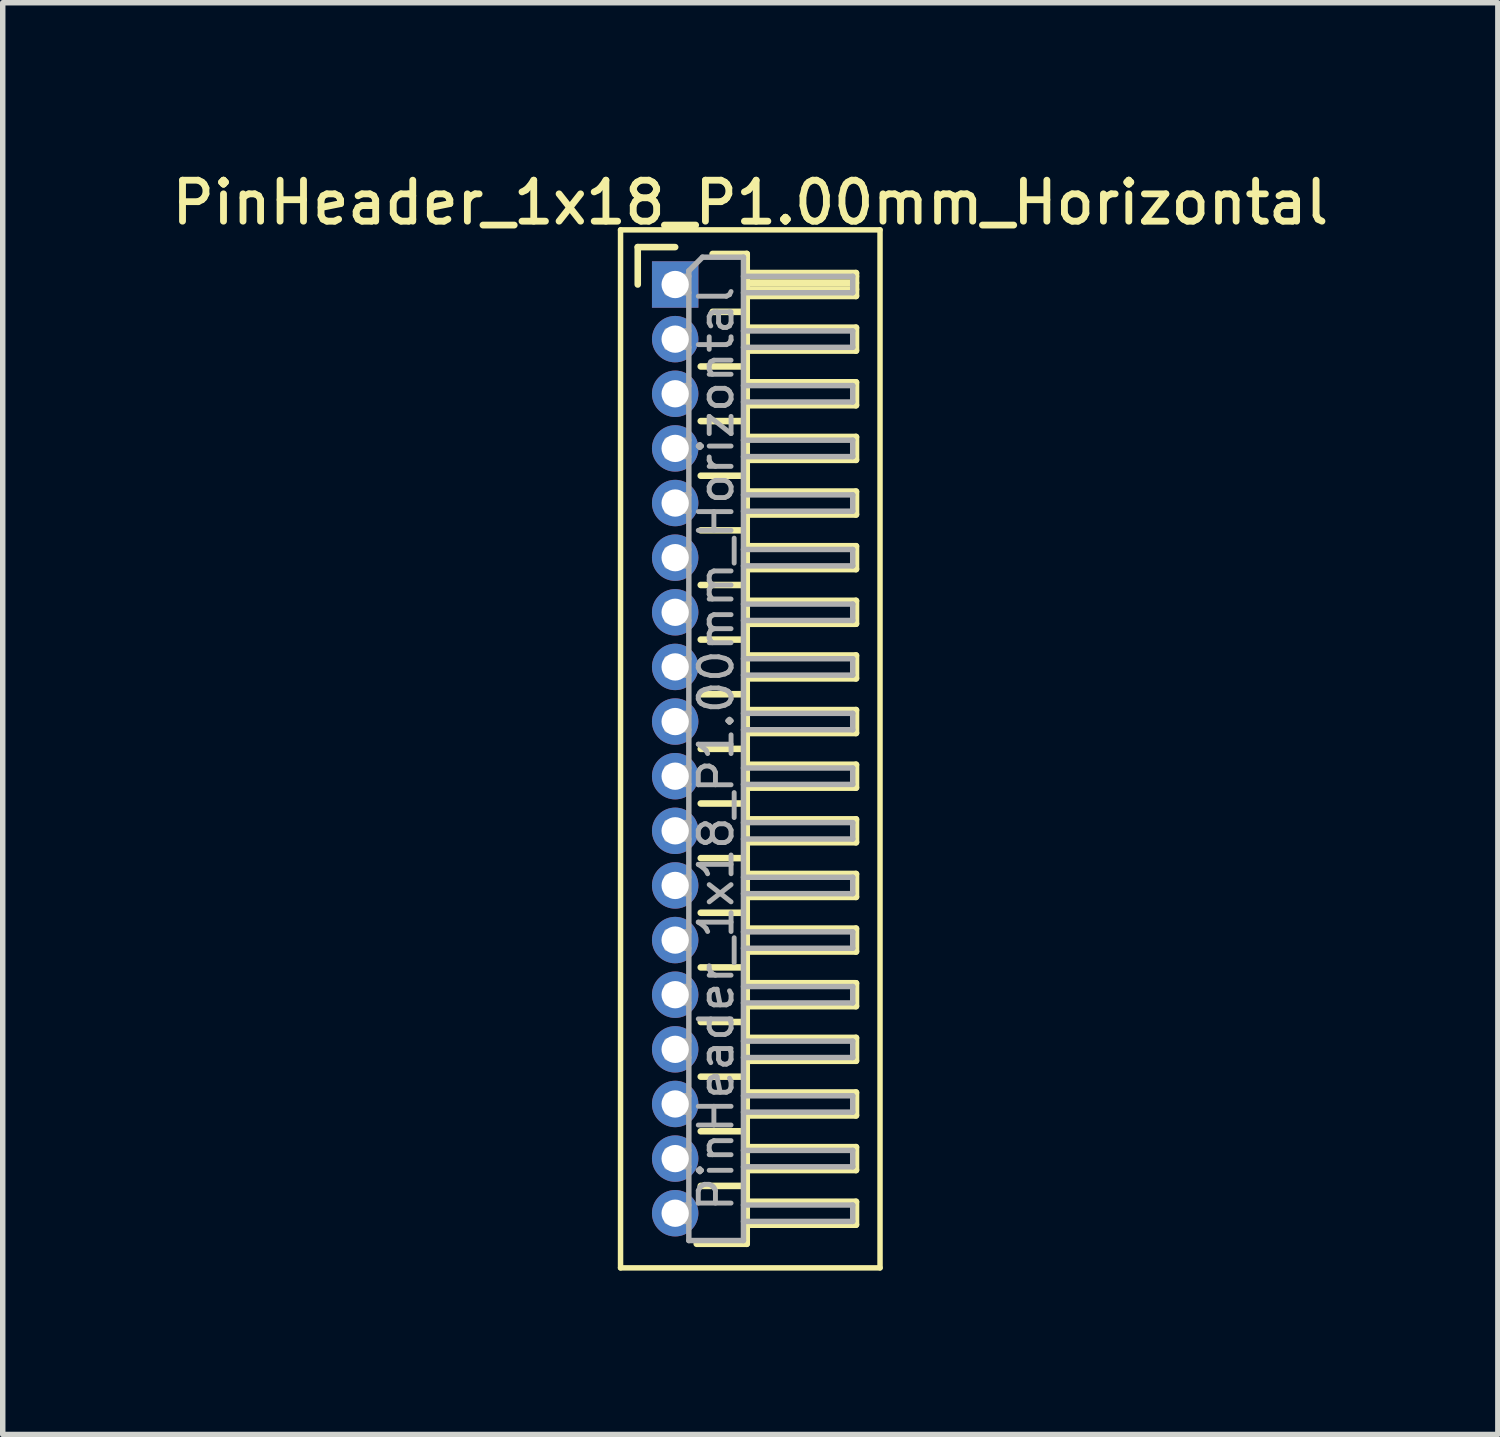
<source format=kicad_pcb>
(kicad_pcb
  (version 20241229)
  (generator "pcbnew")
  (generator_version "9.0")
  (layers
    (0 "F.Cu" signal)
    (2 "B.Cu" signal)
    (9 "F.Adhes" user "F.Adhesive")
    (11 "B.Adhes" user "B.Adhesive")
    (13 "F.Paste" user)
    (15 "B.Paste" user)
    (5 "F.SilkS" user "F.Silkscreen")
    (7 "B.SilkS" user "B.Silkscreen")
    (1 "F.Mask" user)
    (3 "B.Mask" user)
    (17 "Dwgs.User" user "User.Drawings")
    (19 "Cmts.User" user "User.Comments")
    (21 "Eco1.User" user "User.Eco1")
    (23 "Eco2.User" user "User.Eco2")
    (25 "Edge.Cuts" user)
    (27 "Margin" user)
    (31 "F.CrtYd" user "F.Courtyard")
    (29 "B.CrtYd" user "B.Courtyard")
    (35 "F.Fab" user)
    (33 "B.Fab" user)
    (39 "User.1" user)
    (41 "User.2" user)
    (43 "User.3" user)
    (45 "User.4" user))
  (footprint "PinHeader_1x18_P1.00mm_Horizontal"
    (layer "F.Cu")
    (at 9.309 2.158)
    (property "Reference" "PinHeader_1x18_P1.00mm_Horizontal" (at 1.375 -1.5 0) (layer "F.SilkS") (effects (font (size 0.75 0.75) (thickness 0.125))))
    (attr through_hole)
    (fp_line (start -1 -1) (end -1 18) (stroke (width 0.1) (type solid)) (layer "F.SilkS"))
    (fp_line (start -1 18) (end 3.75 18) (stroke (width 0.1) (type solid)) (layer "F.SilkS"))
    (fp_line (start -0.685 -0.685) (end 0 -0.685) (stroke (width 0.12) (type solid)) (layer "F.SilkS"))
    (fp_line (start -0.685 0) (end -0.685 -0.685) (stroke (width 0.12) (type solid)) (layer "F.SilkS"))
    (fp_line (start 0.468 1.5) (end 1.31 1.5) (stroke (width 0.12) (type solid)) (layer "F.SilkS"))
    (fp_line (start 0.468 2.5) (end 1.31 2.5) (stroke (width 0.12) (type solid)) (layer "F.SilkS"))
    (fp_line (start 0.468 3.5) (end 1.31 3.5) (stroke (width 0.12) (type solid)) (layer "F.SilkS"))
    (fp_line (start 0.468 4.5) (end 1.31 4.5) (stroke (width 0.12) (type solid)) (layer "F.SilkS"))
    (fp_line (start 0.468 5.5) (end 1.31 5.5) (stroke (width 0.12) (type solid)) (layer "F.SilkS"))
    (fp_line (start 0.468 6.5) (end 1.31 6.5) (stroke (width 0.12) (type solid)) (layer "F.SilkS"))
    (fp_line (start 0.468 7.5) (end 1.31 7.5) (stroke (width 0.12) (type solid)) (layer "F.SilkS"))
    (fp_line (start 0.468 8.5) (end 1.31 8.5) (stroke (width 0.12) (type solid)) (layer "F.SilkS"))
    (fp_line (start 0.468 9.5) (end 1.31 9.5) (stroke (width 0.12) (type solid)) (layer "F.SilkS"))
    (fp_line (start 0.468 10.5) (end 1.31 10.5) (stroke (width 0.12) (type solid)) (layer "F.SilkS"))
    (fp_line (start 0.468 11.5) (end 1.31 11.5) (stroke (width 0.12) (type solid)) (layer "F.SilkS"))
    (fp_line (start 0.468 12.5) (end 1.31 12.5) (stroke (width 0.12) (type solid)) (layer "F.SilkS"))
    (fp_line (start 0.468 13.5) (end 1.31 13.5) (stroke (width 0.12) (type solid)) (layer "F.SilkS"))
    (fp_line (start 0.468 14.5) (end 1.31 14.5) (stroke (width 0.12) (type solid)) (layer "F.SilkS"))
    (fp_line (start 0.468 15.5) (end 1.31 15.5) (stroke (width 0.12) (type solid)) (layer "F.SilkS"))
    (fp_line (start 0.468 16.5) (end 1.31 16.5) (stroke (width 0.12) (type solid)) (layer "F.SilkS"))
    (fp_line (start 0.685 -0.56) (end 1.31 -0.56) (stroke (width 0.12) (type solid)) (layer "F.SilkS"))
    (fp_line (start 0.685 0.5) (end 1.31 0.5) (stroke (width 0.12) (type solid)) (layer "F.SilkS"))
    (fp_line (start 1.31 -0.56) (end 1.31 17.56) (stroke (width 0.12) (type solid)) (layer "F.SilkS"))
    (fp_line (start 1.31 -0.21) (end 3.31 -0.21) (stroke (width 0.12) (type solid)) (layer "F.SilkS"))
    (fp_line (start 1.31 -0.15) (end 3.31 -0.15) (stroke (width 0.12) (type solid)) (layer "F.SilkS"))
    (fp_line (start 1.31 -0.03) (end 3.31 -0.03) (stroke (width 0.12) (type solid)) (layer "F.SilkS"))
    (fp_line (start 1.31 0.09) (end 3.31 0.09) (stroke (width 0.12) (type solid)) (layer "F.SilkS"))
    (fp_line (start 1.31 0.79) (end 3.31 0.79) (stroke (width 0.12) (type solid)) (layer "F.SilkS"))
    (fp_line (start 1.31 1.79) (end 3.31 1.79) (stroke (width 0.12) (type solid)) (layer "F.SilkS"))
    (fp_line (start 1.31 2.79) (end 3.31 2.79) (stroke (width 0.12) (type solid)) (layer "F.SilkS"))
    (fp_line (start 1.31 3.79) (end 3.31 3.79) (stroke (width 0.12) (type solid)) (layer "F.SilkS"))
    (fp_line (start 1.31 4.79) (end 3.31 4.79) (stroke (width 0.12) (type solid)) (layer "F.SilkS"))
    (fp_line (start 1.31 5.79) (end 3.31 5.79) (stroke (width 0.12) (type solid)) (layer "F.SilkS"))
    (fp_line (start 1.31 6.79) (end 3.31 6.79) (stroke (width 0.12) (type solid)) (layer "F.SilkS"))
    (fp_line (start 1.31 7.79) (end 3.31 7.79) (stroke (width 0.12) (type solid)) (layer "F.SilkS"))
    (fp_line (start 1.31 8.79) (end 3.31 8.79) (stroke (width 0.12) (type solid)) (layer "F.SilkS"))
    (fp_line (start 1.31 9.79) (end 3.31 9.79) (stroke (width 0.12) (type solid)) (layer "F.SilkS"))
    (fp_line (start 1.31 10.79) (end 3.31 10.79) (stroke (width 0.12) (type solid)) (layer "F.SilkS"))
    (fp_line (start 1.31 11.79) (end 3.31 11.79) (stroke (width 0.12) (type solid)) (layer "F.SilkS"))
    (fp_line (start 1.31 12.79) (end 3.31 12.79) (stroke (width 0.12) (type solid)) (layer "F.SilkS"))
    (fp_line (start 1.31 13.79) (end 3.31 13.79) (stroke (width 0.12) (type solid)) (layer "F.SilkS"))
    (fp_line (start 1.31 14.79) (end 3.31 14.79) (stroke (width 0.12) (type solid)) (layer "F.SilkS"))
    (fp_line (start 1.31 15.79) (end 3.31 15.79) (stroke (width 0.12) (type solid)) (layer "F.SilkS"))
    (fp_line (start 1.31 16.79) (end 3.31 16.79) (stroke (width 0.12) (type solid)) (layer "F.SilkS"))
    (fp_line (start 1.31 17.56) (end 0.394 17.56) (stroke (width 0.12) (type solid)) (layer "F.SilkS"))
    (fp_line (start 3.31 -0.21) (end 3.31 0.21) (stroke (width 0.12) (type solid)) (layer "F.SilkS"))
    (fp_line (start 3.31 0.21) (end 1.31 0.21) (stroke (width 0.12) (type solid)) (layer "F.SilkS"))
    (fp_line (start 3.31 0.79) (end 3.31 1.21) (stroke (width 0.12) (type solid)) (layer "F.SilkS"))
    (fp_line (start 3.31 1.21) (end 1.31 1.21) (stroke (width 0.12) (type solid)) (layer "F.SilkS"))
    (fp_line (start 3.31 1.79) (end 3.31 2.21) (stroke (width 0.12) (type solid)) (layer "F.SilkS"))
    (fp_line (start 3.31 2.21) (end 1.31 2.21) (stroke (width 0.12) (type solid)) (layer "F.SilkS"))
    (fp_line (start 3.31 2.79) (end 3.31 3.21) (stroke (width 0.12) (type solid)) (layer "F.SilkS"))
    (fp_line (start 3.31 3.21) (end 1.31 3.21) (stroke (width 0.12) (type solid)) (layer "F.SilkS"))
    (fp_line (start 3.31 3.79) (end 3.31 4.21) (stroke (width 0.12) (type solid)) (layer "F.SilkS"))
    (fp_line (start 3.31 4.21) (end 1.31 4.21) (stroke (width 0.12) (type solid)) (layer "F.SilkS"))
    (fp_line (start 3.31 4.79) (end 3.31 5.21) (stroke (width 0.12) (type solid)) (layer "F.SilkS"))
    (fp_line (start 3.31 5.21) (end 1.31 5.21) (stroke (width 0.12) (type solid)) (layer "F.SilkS"))
    (fp_line (start 3.31 5.79) (end 3.31 6.21) (stroke (width 0.12) (type solid)) (layer "F.SilkS"))
    (fp_line (start 3.31 6.21) (end 1.31 6.21) (stroke (width 0.12) (type solid)) (layer "F.SilkS"))
    (fp_line (start 3.31 6.79) (end 3.31 7.21) (stroke (width 0.12) (type solid)) (layer "F.SilkS"))
    (fp_line (start 3.31 7.21) (end 1.31 7.21) (stroke (width 0.12) (type solid)) (layer "F.SilkS"))
    (fp_line (start 3.31 7.79) (end 3.31 8.21) (stroke (width 0.12) (type solid)) (layer "F.SilkS"))
    (fp_line (start 3.31 8.21) (end 1.31 8.21) (stroke (width 0.12) (type solid)) (layer "F.SilkS"))
    (fp_line (start 3.31 8.79) (end 3.31 9.21) (stroke (width 0.12) (type solid)) (layer "F.SilkS"))
    (fp_line (start 3.31 9.21) (end 1.31 9.21) (stroke (width 0.12) (type solid)) (layer "F.SilkS"))
    (fp_line (start 3.31 9.79) (end 3.31 10.21) (stroke (width 0.12) (type solid)) (layer "F.SilkS"))
    (fp_line (start 3.31 10.21) (end 1.31 10.21) (stroke (width 0.12) (type solid)) (layer "F.SilkS"))
    (fp_line (start 3.31 10.79) (end 3.31 11.21) (stroke (width 0.12) (type solid)) (layer "F.SilkS"))
    (fp_line (start 3.31 11.21) (end 1.31 11.21) (stroke (width 0.12) (type solid)) (layer "F.SilkS"))
    (fp_line (start 3.31 11.79) (end 3.31 12.21) (stroke (width 0.12) (type solid)) (layer "F.SilkS"))
    (fp_line (start 3.31 12.21) (end 1.31 12.21) (stroke (width 0.12) (type solid)) (layer "F.SilkS"))
    (fp_line (start 3.31 12.79) (end 3.31 13.21) (stroke (width 0.12) (type solid)) (layer "F.SilkS"))
    (fp_line (start 3.31 13.21) (end 1.31 13.21) (stroke (width 0.12) (type solid)) (layer "F.SilkS"))
    (fp_line (start 3.31 13.79) (end 3.31 14.21) (stroke (width 0.12) (type solid)) (layer "F.SilkS"))
    (fp_line (start 3.31 14.21) (end 1.31 14.21) (stroke (width 0.12) (type solid)) (layer "F.SilkS"))
    (fp_line (start 3.31 14.79) (end 3.31 15.21) (stroke (width 0.12) (type solid)) (layer "F.SilkS"))
    (fp_line (start 3.31 15.21) (end 1.31 15.21) (stroke (width 0.12) (type solid)) (layer "F.SilkS"))
    (fp_line (start 3.31 15.79) (end 3.31 16.21) (stroke (width 0.12) (type solid)) (layer "F.SilkS"))
    (fp_line (start 3.31 16.21) (end 1.31 16.21) (stroke (width 0.12) (type solid)) (layer "F.SilkS"))
    (fp_line (start 3.31 16.79) (end 3.31 17.21) (stroke (width 0.12) (type solid)) (layer "F.SilkS"))
    (fp_line (start 3.31 17.21) (end 1.31 17.21) (stroke (width 0.12) (type solid)) (layer "F.SilkS"))
    (fp_line (start 3.75 -1) (end -1 -1) (stroke (width 0.1) (type solid)) (layer "F.SilkS"))
    (fp_line (start 3.75 18) (end 3.75 -1) (stroke (width 0.1) (type solid)) (layer "F.SilkS"))
    (fp_line (start -0.15 -0.15) (end -0.15 0.15) (stroke (width 0.1) (type solid)) (layer "F.Fab"))
    (fp_line (start -0.15 -0.15) (end 0.25 -0.15) (stroke (width 0.1) (type solid)) (layer "F.Fab"))
    (fp_line (start -0.15 0.15) (end 0.25 0.15) (stroke (width 0.1) (type solid)) (layer "F.Fab"))
    (fp_line (start -0.15 0.85) (end -0.15 1.15) (stroke (width 0.1) (type solid)) (layer "F.Fab"))
    (fp_line (start -0.15 0.85) (end 0.25 0.85) (stroke (width 0.1) (type solid)) (layer "F.Fab"))
    (fp_line (start -0.15 1.15) (end 0.25 1.15) (stroke (width 0.1) (type solid)) (layer "F.Fab"))
    (fp_line (start -0.15 1.85) (end -0.15 2.15) (stroke (width 0.1) (type solid)) (layer "F.Fab"))
    (fp_line (start -0.15 1.85) (end 0.25 1.85) (stroke (width 0.1) (type solid)) (layer "F.Fab"))
    (fp_line (start -0.15 2.15) (end 0.25 2.15) (stroke (width 0.1) (type solid)) (layer "F.Fab"))
    (fp_line (start -0.15 2.85) (end -0.15 3.15) (stroke (width 0.1) (type solid)) (layer "F.Fab"))
    (fp_line (start -0.15 2.85) (end 0.25 2.85) (stroke (width 0.1) (type solid)) (layer "F.Fab"))
    (fp_line (start -0.15 3.15) (end 0.25 3.15) (stroke (width 0.1) (type solid)) (layer "F.Fab"))
    (fp_line (start -0.15 3.85) (end -0.15 4.15) (stroke (width 0.1) (type solid)) (layer "F.Fab"))
    (fp_line (start -0.15 3.85) (end 0.25 3.85) (stroke (width 0.1) (type solid)) (layer "F.Fab"))
    (fp_line (start -0.15 4.15) (end 0.25 4.15) (stroke (width 0.1) (type solid)) (layer "F.Fab"))
    (fp_line (start -0.15 4.85) (end -0.15 5.15) (stroke (width 0.1) (type solid)) (layer "F.Fab"))
    (fp_line (start -0.15 4.85) (end 0.25 4.85) (stroke (width 0.1) (type solid)) (layer "F.Fab"))
    (fp_line (start -0.15 5.15) (end 0.25 5.15) (stroke (width 0.1) (type solid)) (layer "F.Fab"))
    (fp_line (start -0.15 5.85) (end -0.15 6.15) (stroke (width 0.1) (type solid)) (layer "F.Fab"))
    (fp_line (start -0.15 5.85) (end 0.25 5.85) (stroke (width 0.1) (type solid)) (layer "F.Fab"))
    (fp_line (start -0.15 6.15) (end 0.25 6.15) (stroke (width 0.1) (type solid)) (layer "F.Fab"))
    (fp_line (start -0.15 6.85) (end -0.15 7.15) (stroke (width 0.1) (type solid)) (layer "F.Fab"))
    (fp_line (start -0.15 6.85) (end 0.25 6.85) (stroke (width 0.1) (type solid)) (layer "F.Fab"))
    (fp_line (start -0.15 7.15) (end 0.25 7.15) (stroke (width 0.1) (type solid)) (layer "F.Fab"))
    (fp_line (start -0.15 7.85) (end -0.15 8.15) (stroke (width 0.1) (type solid)) (layer "F.Fab"))
    (fp_line (start -0.15 7.85) (end 0.25 7.85) (stroke (width 0.1) (type solid)) (layer "F.Fab"))
    (fp_line (start -0.15 8.15) (end 0.25 8.15) (stroke (width 0.1) (type solid)) (layer "F.Fab"))
    (fp_line (start -0.15 8.85) (end -0.15 9.15) (stroke (width 0.1) (type solid)) (layer "F.Fab"))
    (fp_line (start -0.15 8.85) (end 0.25 8.85) (stroke (width 0.1) (type solid)) (layer "F.Fab"))
    (fp_line (start -0.15 9.15) (end 0.25 9.15) (stroke (width 0.1) (type solid)) (layer "F.Fab"))
    (fp_line (start -0.15 9.85) (end -0.15 10.15) (stroke (width 0.1) (type solid)) (layer "F.Fab"))
    (fp_line (start -0.15 9.85) (end 0.25 9.85) (stroke (width 0.1) (type solid)) (layer "F.Fab"))
    (fp_line (start -0.15 10.15) (end 0.25 10.15) (stroke (width 0.1) (type solid)) (layer "F.Fab"))
    (fp_line (start -0.15 10.85) (end -0.15 11.15) (stroke (width 0.1) (type solid)) (layer "F.Fab"))
    (fp_line (start -0.15 10.85) (end 0.25 10.85) (stroke (width 0.1) (type solid)) (layer "F.Fab"))
    (fp_line (start -0.15 11.15) (end 0.25 11.15) (stroke (width 0.1) (type solid)) (layer "F.Fab"))
    (fp_line (start -0.15 11.85) (end -0.15 12.15) (stroke (width 0.1) (type solid)) (layer "F.Fab"))
    (fp_line (start -0.15 11.85) (end 0.25 11.85) (stroke (width 0.1) (type solid)) (layer "F.Fab"))
    (fp_line (start -0.15 12.15) (end 0.25 12.15) (stroke (width 0.1) (type solid)) (layer "F.Fab"))
    (fp_line (start -0.15 12.85) (end -0.15 13.15) (stroke (width 0.1) (type solid)) (layer "F.Fab"))
    (fp_line (start -0.15 12.85) (end 0.25 12.85) (stroke (width 0.1) (type solid)) (layer "F.Fab"))
    (fp_line (start -0.15 13.15) (end 0.25 13.15) (stroke (width 0.1) (type solid)) (layer "F.Fab"))
    (fp_line (start -0.15 13.85) (end -0.15 14.15) (stroke (width 0.1) (type solid)) (layer "F.Fab"))
    (fp_line (start -0.15 13.85) (end 0.25 13.85) (stroke (width 0.1) (type solid)) (layer "F.Fab"))
    (fp_line (start -0.15 14.15) (end 0.25 14.15) (stroke (width 0.1) (type solid)) (layer "F.Fab"))
    (fp_line (start -0.15 14.85) (end -0.15 15.15) (stroke (width 0.1) (type solid)) (layer "F.Fab"))
    (fp_line (start -0.15 14.85) (end 0.25 14.85) (stroke (width 0.1) (type solid)) (layer "F.Fab"))
    (fp_line (start -0.15 15.15) (end 0.25 15.15) (stroke (width 0.1) (type solid)) (layer "F.Fab"))
    (fp_line (start -0.15 15.85) (end -0.15 16.15) (stroke (width 0.1) (type solid)) (layer "F.Fab"))
    (fp_line (start -0.15 15.85) (end 0.25 15.85) (stroke (width 0.1) (type solid)) (layer "F.Fab"))
    (fp_line (start -0.15 16.15) (end 0.25 16.15) (stroke (width 0.1) (type solid)) (layer "F.Fab"))
    (fp_line (start -0.15 16.85) (end -0.15 17.15) (stroke (width 0.1) (type solid)) (layer "F.Fab"))
    (fp_line (start -0.15 16.85) (end 0.25 16.85) (stroke (width 0.1) (type solid)) (layer "F.Fab"))
    (fp_line (start -0.15 17.15) (end 0.25 17.15) (stroke (width 0.1) (type solid)) (layer "F.Fab"))
    (fp_line (start 0.25 -0.25) (end 0.5 -0.5) (stroke (width 0.1) (type solid)) (layer "F.Fab"))
    (fp_line (start 0.25 17.5) (end 0.25 -0.25) (stroke (width 0.1) (type solid)) (layer "F.Fab"))
    (fp_line (start 0.5 -0.5) (end 1.25 -0.5) (stroke (width 0.1) (type solid)) (layer "F.Fab"))
    (fp_line (start 1.25 -0.5) (end 1.25 17.5) (stroke (width 0.1) (type solid)) (layer "F.Fab"))
    (fp_line (start 1.25 -0.15) (end 3.25 -0.15) (stroke (width 0.1) (type solid)) (layer "F.Fab"))
    (fp_line (start 1.25 0.15) (end 3.25 0.15) (stroke (width 0.1) (type solid)) (layer "F.Fab"))
    (fp_line (start 1.25 0.85) (end 3.25 0.85) (stroke (width 0.1) (type solid)) (layer "F.Fab"))
    (fp_line (start 1.25 1.15) (end 3.25 1.15) (stroke (width 0.1) (type solid)) (layer "F.Fab"))
    (fp_line (start 1.25 1.85) (end 3.25 1.85) (stroke (width 0.1) (type solid)) (layer "F.Fab"))
    (fp_line (start 1.25 2.15) (end 3.25 2.15) (stroke (width 0.1) (type solid)) (layer "F.Fab"))
    (fp_line (start 1.25 2.85) (end 3.25 2.85) (stroke (width 0.1) (type solid)) (layer "F.Fab"))
    (fp_line (start 1.25 3.15) (end 3.25 3.15) (stroke (width 0.1) (type solid)) (layer "F.Fab"))
    (fp_line (start 1.25 3.85) (end 3.25 3.85) (stroke (width 0.1) (type solid)) (layer "F.Fab"))
    (fp_line (start 1.25 4.15) (end 3.25 4.15) (stroke (width 0.1) (type solid)) (layer "F.Fab"))
    (fp_line (start 1.25 4.85) (end 3.25 4.85) (stroke (width 0.1) (type solid)) (layer "F.Fab"))
    (fp_line (start 1.25 5.15) (end 3.25 5.15) (stroke (width 0.1) (type solid)) (layer "F.Fab"))
    (fp_line (start 1.25 5.85) (end 3.25 5.85) (stroke (width 0.1) (type solid)) (layer "F.Fab"))
    (fp_line (start 1.25 6.15) (end 3.25 6.15) (stroke (width 0.1) (type solid)) (layer "F.Fab"))
    (fp_line (start 1.25 6.85) (end 3.25 6.85) (stroke (width 0.1) (type solid)) (layer "F.Fab"))
    (fp_line (start 1.25 7.15) (end 3.25 7.15) (stroke (width 0.1) (type solid)) (layer "F.Fab"))
    (fp_line (start 1.25 7.85) (end 3.25 7.85) (stroke (width 0.1) (type solid)) (layer "F.Fab"))
    (fp_line (start 1.25 8.15) (end 3.25 8.15) (stroke (width 0.1) (type solid)) (layer "F.Fab"))
    (fp_line (start 1.25 8.85) (end 3.25 8.85) (stroke (width 0.1) (type solid)) (layer "F.Fab"))
    (fp_line (start 1.25 9.15) (end 3.25 9.15) (stroke (width 0.1) (type solid)) (layer "F.Fab"))
    (fp_line (start 1.25 9.85) (end 3.25 9.85) (stroke (width 0.1) (type solid)) (layer "F.Fab"))
    (fp_line (start 1.25 10.15) (end 3.25 10.15) (stroke (width 0.1) (type solid)) (layer "F.Fab"))
    (fp_line (start 1.25 10.85) (end 3.25 10.85) (stroke (width 0.1) (type solid)) (layer "F.Fab"))
    (fp_line (start 1.25 11.15) (end 3.25 11.15) (stroke (width 0.1) (type solid)) (layer "F.Fab"))
    (fp_line (start 1.25 11.85) (end 3.25 11.85) (stroke (width 0.1) (type solid)) (layer "F.Fab"))
    (fp_line (start 1.25 12.15) (end 3.25 12.15) (stroke (width 0.1) (type solid)) (layer "F.Fab"))
    (fp_line (start 1.25 12.85) (end 3.25 12.85) (stroke (width 0.1) (type solid)) (layer "F.Fab"))
    (fp_line (start 1.25 13.15) (end 3.25 13.15) (stroke (width 0.1) (type solid)) (layer "F.Fab"))
    (fp_line (start 1.25 13.85) (end 3.25 13.85) (stroke (width 0.1) (type solid)) (layer "F.Fab"))
    (fp_line (start 1.25 14.15) (end 3.25 14.15) (stroke (width 0.1) (type solid)) (layer "F.Fab"))
    (fp_line (start 1.25 14.85) (end 3.25 14.85) (stroke (width 0.1) (type solid)) (layer "F.Fab"))
    (fp_line (start 1.25 15.15) (end 3.25 15.15) (stroke (width 0.1) (type solid)) (layer "F.Fab"))
    (fp_line (start 1.25 15.85) (end 3.25 15.85) (stroke (width 0.1) (type solid)) (layer "F.Fab"))
    (fp_line (start 1.25 16.15) (end 3.25 16.15) (stroke (width 0.1) (type solid)) (layer "F.Fab"))
    (fp_line (start 1.25 16.85) (end 3.25 16.85) (stroke (width 0.1) (type solid)) (layer "F.Fab"))
    (fp_line (start 1.25 17.15) (end 3.25 17.15) (stroke (width 0.1) (type solid)) (layer "F.Fab"))
    (fp_line (start 1.25 17.5) (end 0.25 17.5) (stroke (width 0.1) (type solid)) (layer "F.Fab"))
    (fp_line (start 3.25 -0.15) (end 3.25 0.15) (stroke (width 0.1) (type solid)) (layer "F.Fab"))
    (fp_line (start 3.25 0.85) (end 3.25 1.15) (stroke (width 0.1) (type solid)) (layer "F.Fab"))
    (fp_line (start 3.25 1.85) (end 3.25 2.15) (stroke (width 0.1) (type solid)) (layer "F.Fab"))
    (fp_line (start 3.25 2.85) (end 3.25 3.15) (stroke (width 0.1) (type solid)) (layer "F.Fab"))
    (fp_line (start 3.25 3.85) (end 3.25 4.15) (stroke (width 0.1) (type solid)) (layer "F.Fab"))
    (fp_line (start 3.25 4.85) (end 3.25 5.15) (stroke (width 0.1) (type solid)) (layer "F.Fab"))
    (fp_line (start 3.25 5.85) (end 3.25 6.15) (stroke (width 0.1) (type solid)) (layer "F.Fab"))
    (fp_line (start 3.25 6.85) (end 3.25 7.15) (stroke (width 0.1) (type solid)) (layer "F.Fab"))
    (fp_line (start 3.25 7.85) (end 3.25 8.15) (stroke (width 0.1) (type solid)) (layer "F.Fab"))
    (fp_line (start 3.25 8.85) (end 3.25 9.15) (stroke (width 0.1) (type solid)) (layer "F.Fab"))
    (fp_line (start 3.25 9.85) (end 3.25 10.15) (stroke (width 0.1) (type solid)) (layer "F.Fab"))
    (fp_line (start 3.25 10.85) (end 3.25 11.15) (stroke (width 0.1) (type solid)) (layer "F.Fab"))
    (fp_line (start 3.25 11.85) (end 3.25 12.15) (stroke (width 0.1) (type solid)) (layer "F.Fab"))
    (fp_line (start 3.25 12.85) (end 3.25 13.15) (stroke (width 0.1) (type solid)) (layer "F.Fab"))
    (fp_line (start 3.25 13.85) (end 3.25 14.15) (stroke (width 0.1) (type solid)) (layer "F.Fab"))
    (fp_line (start 3.25 14.85) (end 3.25 15.15) (stroke (width 0.1) (type solid)) (layer "F.Fab"))
    (fp_line (start 3.25 15.85) (end 3.25 16.15) (stroke (width 0.1) (type solid)) (layer "F.Fab"))
    (fp_line (start 3.25 16.85) (end 3.25 17.15) (stroke (width 0.1) (type solid)) (layer "F.Fab"))
    (fp_text user "${REFERENCE}" (at 0.75 8.5 90) (layer "F.Fab") (effects (font (size 0.6 0.6) (thickness 0.09))))
    (pad "1" thru_hole rect (at 0 0) (size 0.85 0.85) (drill 0.5) (layers "*.Cu" "*.Mask"))
    (pad "2" thru_hole oval (at 0 1) (size 0.85 0.85) (drill 0.5) (layers "*.Cu" "*.Mask"))
    (pad "3" thru_hole oval (at 0 2) (size 0.85 0.85) (drill 0.5) (layers "*.Cu" "*.Mask"))
    (pad "4" thru_hole oval (at 0 3) (size 0.85 0.85) (drill 0.5) (layers "*.Cu" "*.Mask"))
    (pad "5" thru_hole oval (at 0 4) (size 0.85 0.85) (drill 0.5) (layers "*.Cu" "*.Mask"))
    (pad "6" thru_hole oval (at 0 5) (size 0.85 0.85) (drill 0.5) (layers "*.Cu" "*.Mask"))
    (pad "7" thru_hole oval (at 0 6) (size 0.85 0.85) (drill 0.5) (layers "*.Cu" "*.Mask"))
    (pad "8" thru_hole oval (at 0 7) (size 0.85 0.85) (drill 0.5) (layers "*.Cu" "*.Mask"))
    (pad "9" thru_hole oval (at 0 8) (size 0.85 0.85) (drill 0.5) (layers "*.Cu" "*.Mask"))
    (pad "10" thru_hole oval (at 0 9) (size 0.85 0.85) (drill 0.5) (layers "*.Cu" "*.Mask"))
    (pad "11" thru_hole oval (at 0 10) (size 0.85 0.85) (drill 0.5) (layers "*.Cu" "*.Mask"))
    (pad "12" thru_hole oval (at 0 11) (size 0.85 0.85) (drill 0.5) (layers "*.Cu" "*.Mask"))
    (pad "13" thru_hole oval (at 0 12) (size 0.85 0.85) (drill 0.5) (layers "*.Cu" "*.Mask"))
    (pad "14" thru_hole oval (at 0 13) (size 0.85 0.85) (drill 0.5) (layers "*.Cu" "*.Mask"))
    (pad "15" thru_hole oval (at 0 14) (size 0.85 0.85) (drill 0.5) (layers "*.Cu" "*.Mask"))
    (pad "16" thru_hole oval (at 0 15) (size 0.85 0.85) (drill 0.5) (layers "*.Cu" "*.Mask"))
    (pad "17" thru_hole oval (at 0 16) (size 0.85 0.85) (drill 0.5) (layers "*.Cu" "*.Mask"))
    (pad "18" thru_hole oval (at 0 17) (size 0.85 0.85) (drill 0.5) (layers "*.Cu" "*.Mask")))
  (gr_rect
    (start -3 -3)
    (end 24.368 23.208)
    (stroke (width 0.1) (type default))
    (fill no)
    (layer "Edge.Cuts")))
</source>
